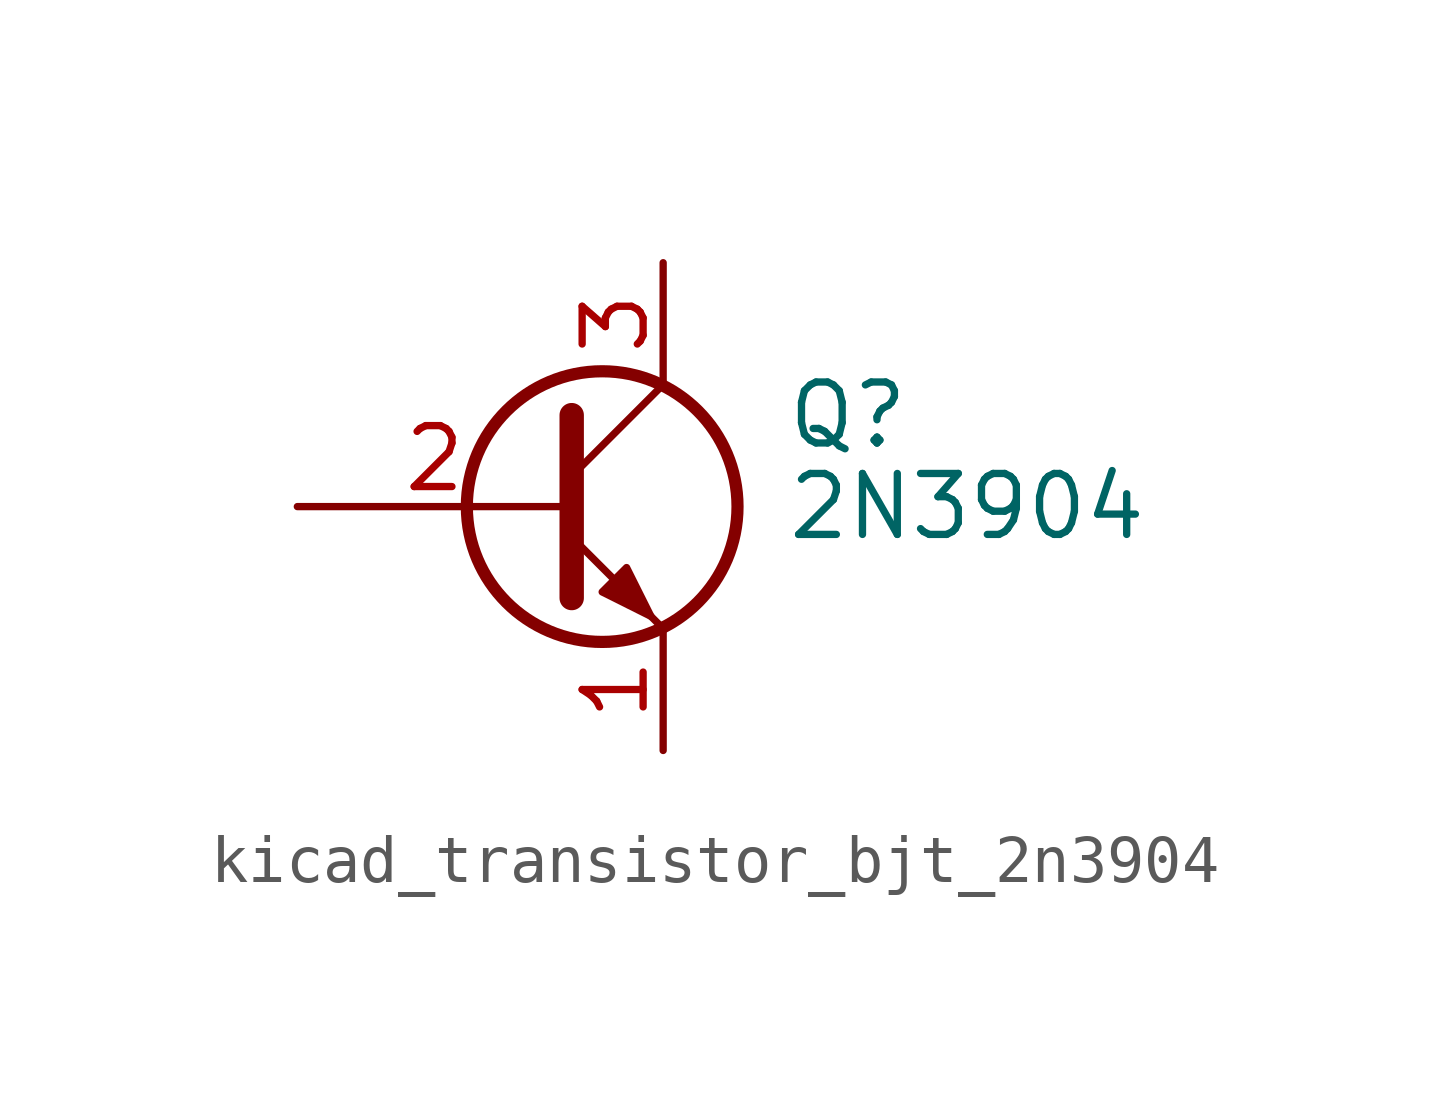
<source format=kicad_sym>
(kicad_symbol_lib
  (version 20220914)
  (generator kicad_symbol_editor)
  (symbol "kicad_transistor_bjt_2n3904"
    (pin_names
      (offset 0) hide)
    (property "Reference" "Q"
      (at 5.08 1.905 0)
      (effects (font (size 1.27 1.27)) (justify left)))
    (property "Value" "2N3904"
      (at 5.08 0 0)
      (effects (font (size 1.27 1.27)) (justify left)))
    (symbol "kicad_transistor_bjt_2n3904_0_1"
      (polyline (pts (xy 0.635 0.635) (xy 2.54 2.54)) (stroke (width 0) (type default)) (fill (type none)))
      (polyline (pts (xy 0.635 -0.635) (xy 2.54 -2.54) (xy 2.54 -2.54)) (stroke (width 0) (type default)) (fill (type none)))
      (polyline (pts (xy 0.635 1.905) (xy 0.635 -1.905) (xy 0.635 -1.905)) (stroke (width 0.508) (type default)) (fill (type none)))
      (polyline (pts (xy 1.27 -1.778) (xy 1.778 -1.27) (xy 2.286 -2.286) (xy 1.27 -1.778) (xy 1.27 -1.778)) (stroke (width 0) (type default)) (fill (type outline)))
      (circle (center 1.27 0) (radius 2.819) (stroke (width 0.254) (type default)) (fill (type none))))
    (symbol "kicad_transistor_bjt_2n3904_1_1"
      (pin passive line (at 2.54 -5.08 90) (length 2.54) (name "E" (effects (font (size 1.27 1.27)))) (number "1" (effects (font (size 1.27 1.27)))))
      (pin passive line (at -5.08 0 0) (length 5.715) (name "B" (effects (font (size 1.27 1.27)))) (number "2" (effects (font (size 1.27 1.27)))))
      (pin passive line (at 2.54 5.08 270) (length 2.54) (name "C" (effects (font (size 1.27 1.27)))) (number "3" (effects (font (size 1.27 1.27))))))))
</source>
